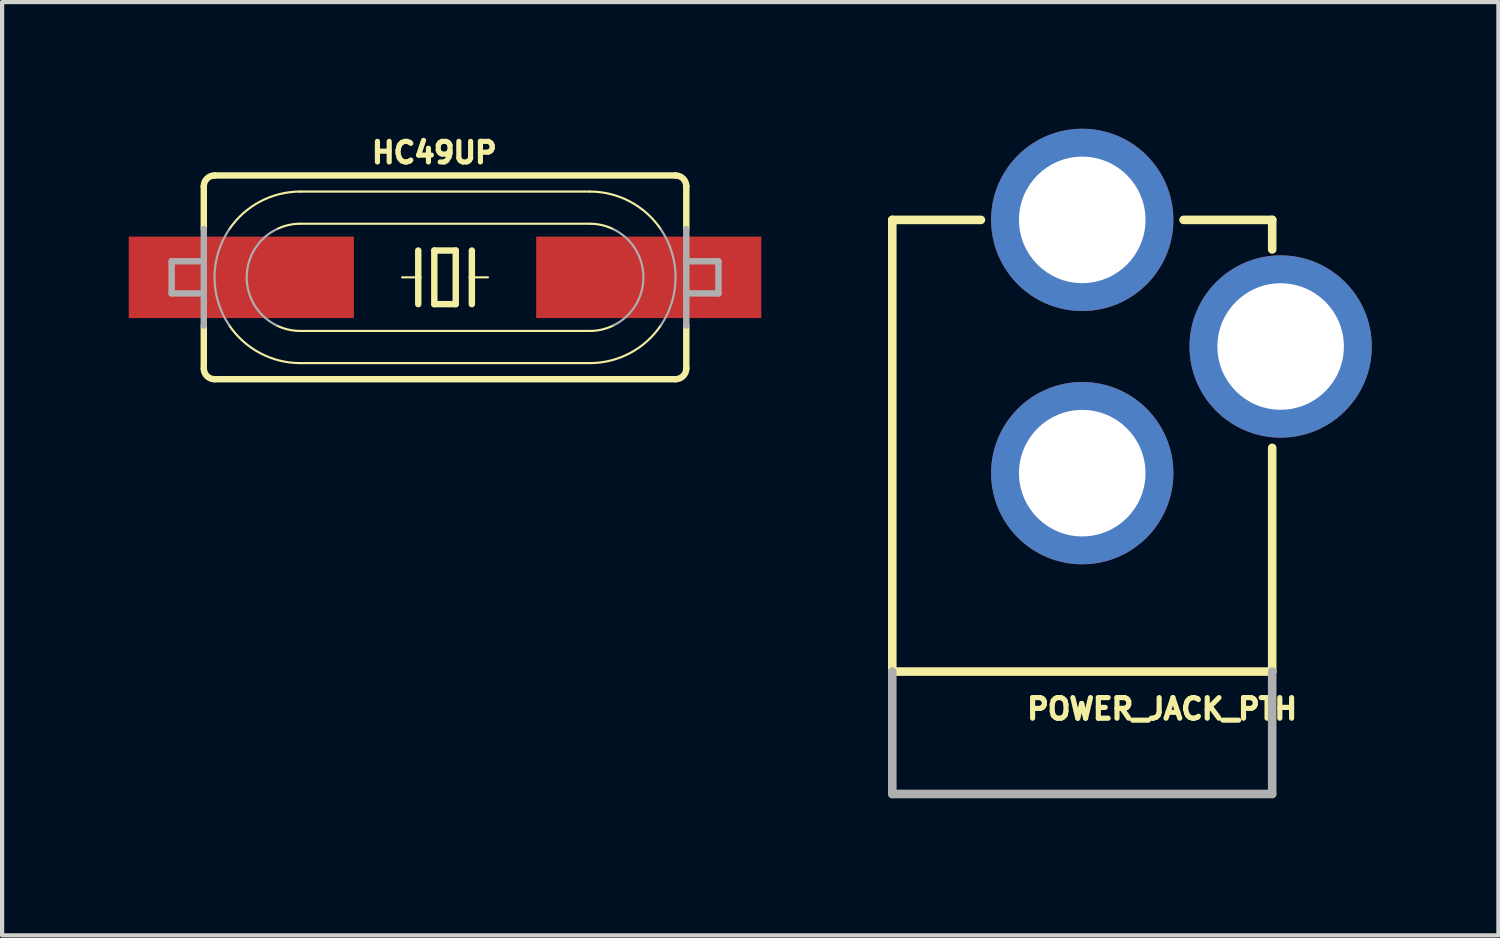
<source format=kicad_pcb>
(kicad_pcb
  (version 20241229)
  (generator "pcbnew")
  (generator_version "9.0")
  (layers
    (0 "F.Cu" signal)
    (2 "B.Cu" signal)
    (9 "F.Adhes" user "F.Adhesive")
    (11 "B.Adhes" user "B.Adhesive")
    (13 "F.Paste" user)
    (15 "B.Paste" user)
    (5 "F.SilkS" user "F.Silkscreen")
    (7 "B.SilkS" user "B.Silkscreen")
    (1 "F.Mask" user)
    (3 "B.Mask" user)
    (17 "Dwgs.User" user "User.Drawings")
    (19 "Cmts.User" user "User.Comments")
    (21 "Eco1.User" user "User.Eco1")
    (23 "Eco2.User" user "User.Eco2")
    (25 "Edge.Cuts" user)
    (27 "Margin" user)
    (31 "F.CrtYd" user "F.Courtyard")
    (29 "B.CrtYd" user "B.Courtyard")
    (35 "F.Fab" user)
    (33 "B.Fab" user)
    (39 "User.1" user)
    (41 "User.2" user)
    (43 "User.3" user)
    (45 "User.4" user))
  (footprint "POWER_JACK_PTH"
    (layer "F.Cu")
    (at 22.588 15.859)
    (property "Reference" "POWER_JACK_PTH" (at -1.372 -1.829 0) (layer "F.SilkS") (effects (font (size 0.488 0.488) (thickness 0.122)) (justify left bottom)))
    (fp_line (start -4.5 -13.7) (end -2.4 -13.7) (stroke (width 0.203) (type solid)) (layer "F.SilkS"))
    (fp_line (start -4.5 -3) (end -4.5 -13.7) (stroke (width 0.203) (type solid)) (layer "F.SilkS"))
    (fp_line (start -4.5 -3) (end 4.5 -3) (stroke (width 0.203) (type solid)) (layer "F.SilkS"))
    (fp_line (start 4.5 -13.7) (end 2.4 -13.7) (stroke (width 0.203) (type solid)) (layer "F.SilkS"))
    (fp_line (start 4.5 -13.7) (end 4.5 -13) (stroke (width 0.203) (type solid)) (layer "F.SilkS"))
    (fp_line (start 4.5 -3) (end 4.5 -8.3) (stroke (width 0.203) (type solid)) (layer "F.SilkS"))
    (fp_line (start -4.5 -3) (end -4.5 -0.1) (stroke (width 0.203) (type solid)) (layer "F.Fab"))
    (fp_line (start 4.5 -0.1) (end -4.5 -0.1) (stroke (width 0.203) (type solid)) (layer "F.Fab"))
    (fp_line (start 4.5 -0.1) (end 4.5 -3) (stroke (width 0.203) (type solid)) (layer "F.Fab"))
    (pad "GND" thru_hole circle (at 0 -7.7) (size 4.318 4.318) (drill 2.997) (layers "*.Cu" "*.Mask"))
    (pad "GNDBREAK" thru_hole circle (at 4.7 -10.7 90) (size 4.318 4.318) (drill 2.997) (layers "*.Cu" "*.Mask"))
    (pad "PWR" thru_hole circle (at 0 -13.7) (size 4.318 4.318) (drill 2.997) (layers "*.Cu" "*.Mask")))
  (footprint "HC49UP"
    (layer "F.Cu")
    (at 7.493 3.52)
    (property "Reference" "HC49UP" (at -0.254 -2.667 0) (layer "F.SilkS") (effects (font (size 0.488 0.488) (thickness 0.122)) (justify bottom)))
    (fp_line (start -5.715 -1.143) (end -5.715 -2.159) (stroke (width 0.152) (type solid)) (layer "F.SilkS"))
    (fp_line (start -5.715 2.159) (end -5.715 1.143) (stroke (width 0.152) (type solid)) (layer "F.SilkS"))
    (fp_line (start -3.429 -2.032) (end 3.429 -2.032) (stroke (width 0.051) (type solid)) (layer "F.SilkS"))
    (fp_line (start -3.429 -1.27) (end 3.429 -1.27) (stroke (width 0.051) (type solid)) (layer "F.SilkS"))
    (fp_line (start -0.635 -0.635) (end -0.635 0) (stroke (width 0.152) (type solid)) (layer "F.SilkS"))
    (fp_line (start -0.635 0) (end -1.016 0) (stroke (width 0.051) (type solid)) (layer "F.SilkS"))
    (fp_line (start -0.635 0) (end -0.635 0.635) (stroke (width 0.152) (type solid)) (layer "F.SilkS"))
    (fp_line (start -0.254 -0.635) (end -0.254 0.635) (stroke (width 0.152) (type solid)) (layer "F.SilkS"))
    (fp_line (start -0.254 0.635) (end 0.254 0.635) (stroke (width 0.152) (type solid)) (layer "F.SilkS"))
    (fp_line (start 0.254 -0.635) (end -0.254 -0.635) (stroke (width 0.152) (type solid)) (layer "F.SilkS"))
    (fp_line (start 0.254 0.635) (end 0.254 -0.635) (stroke (width 0.152) (type solid)) (layer "F.SilkS"))
    (fp_line (start 0.635 -0.635) (end 0.635 0) (stroke (width 0.152) (type solid)) (layer "F.SilkS"))
    (fp_line (start 0.635 0) (end 0.635 0.635) (stroke (width 0.152) (type solid)) (layer "F.SilkS"))
    (fp_line (start 0.635 0) (end 1.016 0) (stroke (width 0.051) (type solid)) (layer "F.SilkS"))
    (fp_line (start 3.429 1.27) (end -3.429 1.27) (stroke (width 0.051) (type solid)) (layer "F.SilkS"))
    (fp_line (start 3.429 2.032) (end -3.429 2.032) (stroke (width 0.051) (type solid)) (layer "F.SilkS"))
    (fp_line (start 5.461 -2.413) (end -5.461 -2.413) (stroke (width 0.152) (type solid)) (layer "F.SilkS"))
    (fp_line (start 5.461 2.413) (end -5.461 2.413) (stroke (width 0.152) (type solid)) (layer "F.SilkS"))
    (fp_line (start 5.715 -1.143) (end 5.715 -2.159) (stroke (width 0.152) (type solid)) (layer "F.SilkS"))
    (fp_line (start 5.715 2.159) (end 5.715 1.143) (stroke (width 0.152) (type solid)) (layer "F.SilkS"))
    (fp_arc (start -5.715 -2.159) (mid -5.640605 -2.338605) (end -5.461 -2.413) (stroke (width 0.1524) (type solid)) (layer "F.SilkS"))
    (fp_arc (start -5.461 2.413) (mid -5.640605 2.338605) (end -5.715 2.159) (stroke (width 0.1524) (type solid)) (layer "F.SilkS"))
    (fp_arc (start -5.1091 -1.143) (mid -4.379417 -1.796107) (end -3.429 -2.032101) (stroke (width 0.0508) (type solid)) (layer "F.SilkS"))
    (fp_arc (start -3.9826 -1.143) (mid -3.712991 -1.237845) (end -3.429 -1.27) (stroke (width 0.0508) (type solid)) (layer "F.SilkS"))
    (fp_arc (start -3.429 1.27) (mid -3.712991 1.237845) (end -3.9826 1.143) (stroke (width 0.0508) (type solid)) (layer "F.SilkS"))
    (fp_arc (start -3.429 2.032001) (mid -4.379408 1.796063) (end -5.1091 1.143) (stroke (width 0.0508) (type solid)) (layer "F.SilkS"))
    (fp_arc (start 3.429 -2.032) (mid 4.379408 -1.796062) (end 5.1091 -1.142999) (stroke (width 0.0508) (type solid)) (layer "F.SilkS"))
    (fp_arc (start 3.429 -1.27) (mid 3.712991 -1.237845) (end 3.9826 -1.143) (stroke (width 0.0508) (type solid)) (layer "F.SilkS"))
    (fp_arc (start 3.9826 1.143) (mid 3.712991 1.237845) (end 3.429 1.27) (stroke (width 0.0508) (type solid)) (layer "F.SilkS"))
    (fp_arc (start 5.109 1.142899) (mid 4.379368 1.795994) (end 3.429 2.032) (stroke (width 0.0508) (type solid)) (layer "F.SilkS"))
    (fp_arc (start 5.461 -2.413) (mid 5.640605 -2.338605) (end 5.715 -2.159) (stroke (width 0.1524) (type solid)) (layer "F.SilkS"))
    (fp_arc (start 5.715 2.159) (mid 5.640605 2.338605) (end 5.461 2.413) (stroke (width 0.1524) (type solid)) (layer "F.SilkS"))
    (fp_line (start -6.477 0.381) (end -6.477 -0.381) (stroke (width 0.152) (type solid)) (layer "F.Fab"))
    (fp_line (start -5.715 -0.381) (end -6.477 -0.381) (stroke (width 0.152) (type solid)) (layer "F.Fab"))
    (fp_line (start -5.715 -0.381) (end -5.715 -1.143) (stroke (width 0.152) (type solid)) (layer "F.Fab"))
    (fp_line (start -5.715 0.381) (end -6.477 0.381) (stroke (width 0.152) (type solid)) (layer "F.Fab"))
    (fp_line (start -5.715 0.381) (end -5.715 -0.381) (stroke (width 0.152) (type solid)) (layer "F.Fab"))
    (fp_line (start -5.715 1.143) (end -5.715 0.381) (stroke (width 0.152) (type solid)) (layer "F.Fab"))
    (fp_line (start 5.715 -0.381) (end 6.477 -0.381) (stroke (width 0.152) (type solid)) (layer "F.Fab"))
    (fp_line (start 5.715 0.381) (end 6.477 0.381) (stroke (width 0.152) (type solid)) (layer "F.Fab"))
    (fp_line (start 5.715 1.143) (end 5.715 -1.143) (stroke (width 0.152) (type solid)) (layer "F.Fab"))
    (fp_line (start 6.477 0.381) (end 6.477 -0.381) (stroke (width 0.152) (type solid)) (layer "F.Fab"))
    (fp_arc (start -5.1091 1.143) (mid -5.46104 0) (end -5.1091 -1.143) (stroke (width 0.0508) (type solid)) (layer "F.Fab"))
    (fp_arc (start -3.9826 1.143) (mid -4.699009 0) (end -3.9826 -1.143) (stroke (width 0.0508) (type solid)) (layer "F.Fab"))
    (fp_arc (start 3.9826 -1.143) (mid 4.699009 0) (end 3.9826 1.143) (stroke (width 0.0508) (type solid)) (layer "F.Fab"))
    (fp_arc (start 5.1091 -1.143) (mid 5.46104 0) (end 5.1091 1.143) (stroke (width 0.0508) (type solid)) (layer "F.Fab"))
    (pad "1" smd rect (at -4.826 0) (size 5.334 1.93) (layers "F.Cu" "F.Mask" "F.Paste"))
    (pad "2" smd rect (at 4.826 0) (size 5.334 1.93) (layers "F.Cu" "F.Mask" "F.Paste"))
    (zone (net_name "") (layers "F.Cu" "B.Cu") (hatch edge 0.508) (connect_pads) (min_thickness 0.254) (filled_areas_thickness no) (keepout (tracks allowed) (vias not_allowed) (pads allowed) (copperpour allowed) (footprints allowed)) (placement (enabled no)) (fill) (polygon (pts (xy 0.889 6.568) (xy 14.097 6.568) (xy 14.097 0.472) (xy 0.889 0.472)))))
  (gr_rect
    (start -3 -3)
    (end 32.447 19.109)
    (stroke (width 0.1) (type default))
    (fill no)
    (layer "Edge.Cuts")))
</source>
